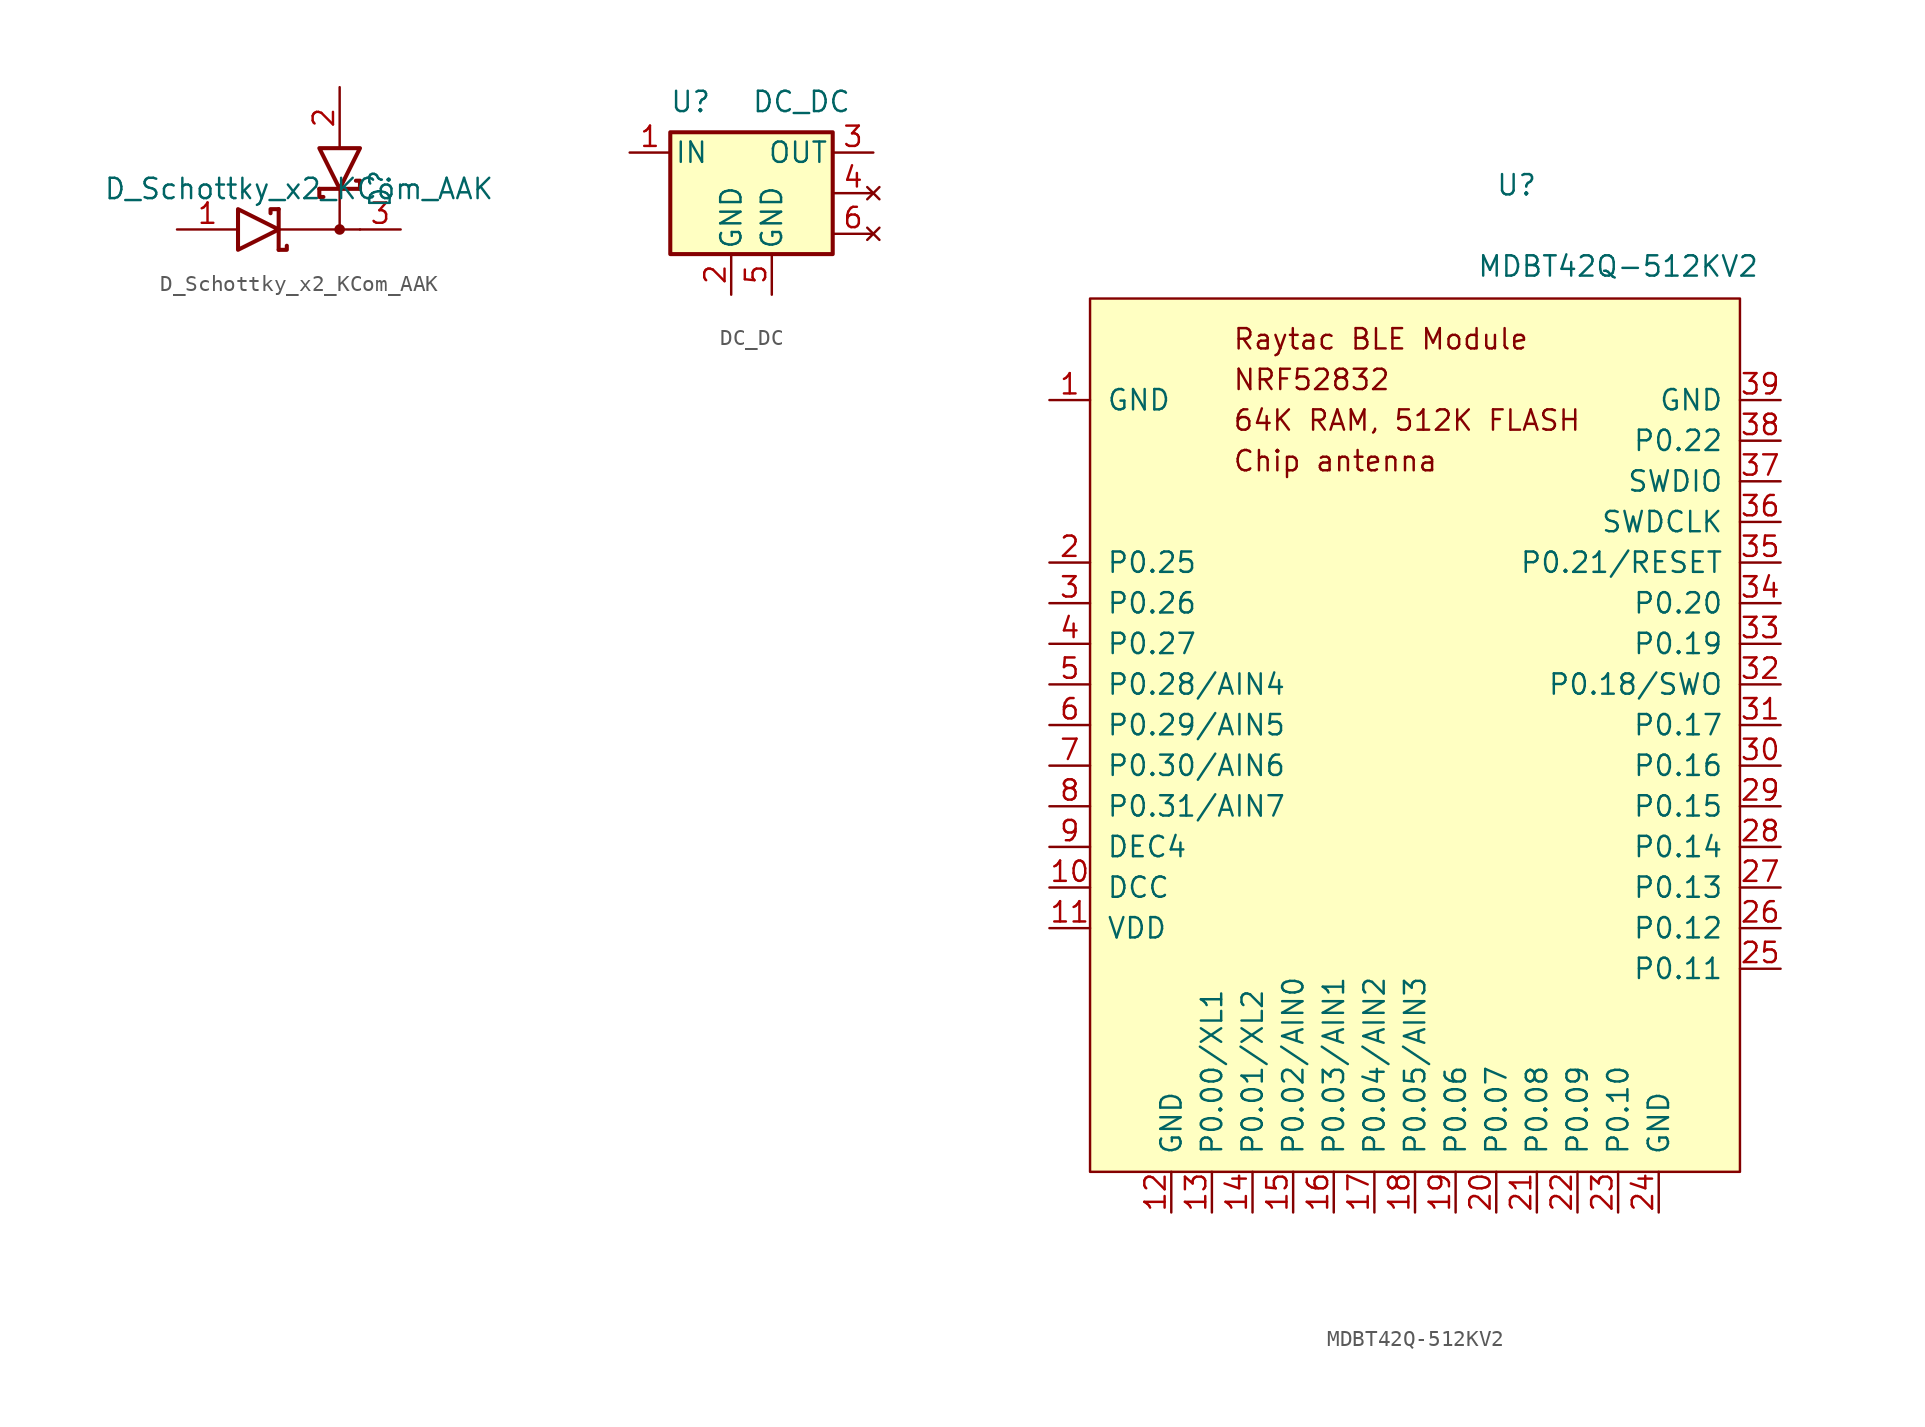
<source format=kicad_sym>
(kicad_symbol_lib
  (version 20211014)
  (generator kicad_symbol_editor)
  (symbol "D_Schottky_x2_KCom_AAK"
    (pin_names
      (offset 0.762) hide)
    (property "Reference" "D"
      (at 5.08 2.54 90)
      (effects (font (size 1.27 1.27))))
    (property "Value" "D_Schottky_x2_KCom_AAK"
      (at 0 2.54 0)
      (effects (font (size 1.27 1.27))))
    (symbol "D_Schottky_x2_KCom_AAK_0_1"
      (polyline (pts (xy 2.54 2.54) (xy 2.54 0)) (stroke (width 0) (type default) (color 0 0 0 0)) (fill (type none)))
      (polyline (pts (xy 3.81 0) (xy -1.27 0)) (stroke (width 0) (type default) (color 0 0 0 0)) (fill (type none)))
      (polyline (pts (xy -1.27 -1.27) (xy -1.27 1.27) (xy -1.27 1.27)) (stroke (width 0.254) (type default) (color 0 0 0 0)) (fill (type none)))
      (polyline (pts (xy 3.81 2.54) (xy 1.27 2.54) (xy 1.27 2.54)) (stroke (width 0.254) (type default) (color 0 0 0 0)) (fill (type none)))
      (polyline (pts (xy -1.27 -1.27) (xy -0.762 -1.27) (xy -0.762 -1.016) (xy -0.762 -1.016)) (stroke (width 0.254) (type default) (color 0 0 0 0)) (fill (type none)))
      (polyline (pts (xy 1.27 2.54) (xy 1.27 2.032) (xy 1.524 2.032) (xy 1.524 2.032)) (stroke (width 0.254) (type default) (color 0 0 0 0)) (fill (type none)))
      (polyline (pts (xy 3.81 2.54) (xy 3.81 3.048) (xy 3.556 3.048) (xy 3.556 3.048)) (stroke (width 0.254) (type default) (color 0 0 0 0)) (fill (type none)))
      (polyline (pts (xy -1.778 1.016) (xy -1.778 1.27) (xy -1.27 1.27) (xy -1.27 1.27) (xy -1.27 1.27)) (stroke (width 0.254) (type default) (color 0 0 0 0)) (fill (type none)))
      (polyline (pts (xy -3.81 1.27) (xy -1.27 0) (xy -3.81 -1.27) (xy -3.81 1.27) (xy -3.81 1.27) (xy -3.81 1.27)) (stroke (width 0.254) (type default) (color 0 0 0 0)) (fill (type none)))
      (polyline (pts (xy 3.81 5.08) (xy 2.54 2.54) (xy 1.27 5.08) (xy 3.81 5.08) (xy 3.81 5.08) (xy 3.81 5.08)) (stroke (width 0.254) (type default) (color 0 0 0 0)) (fill (type none)))
      (circle (center 2.54 0) (radius 0.254) (stroke (width 0) (type default) (color 0 0 0 0)) (fill (type outline)))
      (pin passive line (at -7.62 0 0) (length 3.81) (name "A" (effects (font (size 1.27 1.27)))) (number "1" (effects (font (size 1.27 1.27)))))
      (pin passive line (at 2.54 8.89 270) (length 3.81) (name "A" (effects (font (size 1.27 1.27)))) (number "2" (effects (font (size 1.27 1.27)))))
      (pin passive line (at 6.35 0 180) (length 2.54) (name "K" (effects (font (size 1.27 1.27)))) (number "3" (effects (font (size 1.27 1.27)))))))
  (symbol "DC_DC"
    (pin_names
      (offset 0.254))
    (property "Reference" "U"
      (at -3.81 3.175 0)
      (effects (font (size 1.27 1.27))))
    (property "Value" "DC_DC"
      (at 0 3.175 0)
      (effects (font (size 1.27 1.27)) (justify left)))
    (symbol "DC_DC_0_1"
      (rectangle (start -5.08 1.27) (end 5.08 -6.35) (stroke (width 0.254) (type default) (color 0 0 0 0)) (fill (type background))))
    (symbol "DC_DC_1_1"
      (pin power_in line (at -7.62 0 0) (length 2.54) (name "IN" (effects (font (size 1.27 1.27)))) (number "1" (effects (font (size 1.27 1.27)))))
      (pin input line (at -1.27 -8.89 90) (length 2.54) (name "GND" (effects (font (size 1.27 1.27)))) (number "2" (effects (font (size 1.27 1.27)))))
      (pin power_out line (at 7.62 0 180) (length 2.54) (name "OUT" (effects (font (size 1.27 1.27)))) (number "3" (effects (font (size 1.27 1.27)))))
      (pin no_connect line (at 7.62 -2.54 180) (length 2.54) (name "" (effects (font (size 1.27 1.27)))) (number "4" (effects (font (size 1.27 1.27)))))
      (pin power_in line (at 1.27 -8.89 90) (length 2.54) (name "GND" (effects (font (size 1.27 1.27)))) (number "5" (effects (font (size 1.27 1.27)))))
      (pin no_connect line (at 7.62 -5.08 180) (length 2.54) (name "" (effects (font (size 1.27 1.27)))) (number "6" (effects (font (size 1.27 1.27)))))))
  (symbol "MDBT42Q-512KV2"
    (pin_names
      (offset 1.016))
    (property "Reference" "U"
      (at 6.35 22.86 0)
      (effects (font (size 1.27 1.27)) (justify bottom)))
    (property "Value" "MDBT42Q-512KV2"
      (at 12.7 17.78 0)
      (effects (font (size 1.27 1.27)) (justify bottom)))
    (symbol "MDBT42Q-512KV2_0_0"
      (text "64K RAM, 512K FLASH" (at -11.43 8.89 0) (effects (font (size 1.27 1.27)) (justify left)))
      (text "Chip antenna" (at -11.43 6.35 0) (effects (font (size 1.27 1.27)) (justify left)))
      (text "NRF52832" (at -11.43 11.43 0) (effects (font (size 1.27 1.27)) (justify left))))
    (symbol "MDBT42Q-512KV2_1_0"
      (rectangle (start -20.32 16.51) (end 20.32 -38.1) (stroke (width 0) (type default) (color 0 0 0 0)) (fill (type background)))
      (text "Raytac BLE Module" (at -11.43 13.97 0) (effects (font (size 1.27 1.27)) (justify left)))
      (pin power_in line (at -22.86 10.16 0) (length 2.54) (name "GND" (effects (font (size 1.27 1.27)))) (number "1" (effects (font (size 1.27 1.27)))))
      (pin power_out line (at -22.86 -20.32 0) (length 2.54) (name "DCC" (effects (font (size 1.27 1.27)))) (number "10" (effects (font (size 1.27 1.27)))))
      (pin power_in line (at -22.86 -22.86 0) (length 2.54) (name "VDD" (effects (font (size 1.27 1.27)))) (number "11" (effects (font (size 1.27 1.27)))))
      (pin power_in line (at -15.24 -40.64 90) (length 2.54) (name "GND" (effects (font (size 1.27 1.27)))) (number "12" (effects (font (size 1.27 1.27)))))
      (pin bidirectional line (at -12.7 -40.64 90) (length 2.54) (name "P0.00/XL1" (effects (font (size 1.27 1.27)))) (number "13" (effects (font (size 1.27 1.27)))))
      (pin bidirectional line (at -10.16 -40.64 90) (length 2.54) (name "P0.01/XL2" (effects (font (size 1.27 1.27)))) (number "14" (effects (font (size 1.27 1.27)))))
      (pin input line (at -7.62 -40.64 90) (length 2.54) (name "P0.02/AIN0" (effects (font (size 1.27 1.27)))) (number "15" (effects (font (size 1.27 1.27)))))
      (pin input line (at -5.08 -40.64 90) (length 2.54) (name "P0.03/AIN1" (effects (font (size 1.27 1.27)))) (number "16" (effects (font (size 1.27 1.27)))))
      (pin bidirectional line (at -2.54 -40.64 90) (length 2.54) (name "P0.04/AIN2" (effects (font (size 1.27 1.27)))) (number "17" (effects (font (size 1.27 1.27)))))
      (pin bidirectional line (at 0 -40.64 90) (length 2.54) (name "P0.05/AIN3" (effects (font (size 1.27 1.27)))) (number "18" (effects (font (size 1.27 1.27)))))
      (pin bidirectional line (at 2.54 -40.64 90) (length 2.54) (name "P0.06" (effects (font (size 1.27 1.27)))) (number "19" (effects (font (size 1.27 1.27)))))
      (pin bidirectional line (at -22.86 0 0) (length 2.54) (name "P0.25" (effects (font (size 1.27 1.27)))) (number "2" (effects (font (size 1.27 1.27)))))
      (pin bidirectional line (at 5.08 -40.64 90) (length 2.54) (name "P0.07" (effects (font (size 1.27 1.27)))) (number "20" (effects (font (size 1.27 1.27)))))
      (pin bidirectional line (at 7.62 -40.64 90) (length 2.54) (name "P0.08" (effects (font (size 1.27 1.27)))) (number "21" (effects (font (size 1.27 1.27)))))
      (pin bidirectional line (at 10.16 -40.64 90) (length 2.54) (name "P0.09" (effects (font (size 1.27 1.27)))) (number "22" (effects (font (size 1.27 1.27)))))
      (pin bidirectional line (at 12.7 -40.64 90) (length 2.54) (name "P0.10" (effects (font (size 1.27 1.27)))) (number "23" (effects (font (size 1.27 1.27)))))
      (pin power_in line (at 15.24 -40.64 90) (length 2.54) (name "GND" (effects (font (size 1.27 1.27)))) (number "24" (effects (font (size 1.27 1.27)))))
      (pin bidirectional line (at 22.86 -25.4 180) (length 2.54) (name "P0.11" (effects (font (size 1.27 1.27)))) (number "25" (effects (font (size 1.27 1.27)))))
      (pin bidirectional line (at 22.86 -22.86 180) (length 2.54) (name "P0.12" (effects (font (size 1.27 1.27)))) (number "26" (effects (font (size 1.27 1.27)))))
      (pin bidirectional line (at 22.86 -20.32 180) (length 2.54) (name "P0.13" (effects (font (size 1.27 1.27)))) (number "27" (effects (font (size 1.27 1.27)))))
      (pin bidirectional line (at 22.86 -17.78 180) (length 2.54) (name "P0.14" (effects (font (size 1.27 1.27)))) (number "28" (effects (font (size 1.27 1.27)))))
      (pin bidirectional line (at 22.86 -15.24 180) (length 2.54) (name "P0.15" (effects (font (size 1.27 1.27)))) (number "29" (effects (font (size 1.27 1.27)))))
      (pin bidirectional line (at -22.86 -2.54 0) (length 2.54) (name "P0.26" (effects (font (size 1.27 1.27)))) (number "3" (effects (font (size 1.27 1.27)))))
      (pin bidirectional line (at 22.86 -12.7 180) (length 2.54) (name "P0.16" (effects (font (size 1.27 1.27)))) (number "30" (effects (font (size 1.27 1.27)))))
      (pin bidirectional line (at 22.86 -10.16 180) (length 2.54) (name "P0.17" (effects (font (size 1.27 1.27)))) (number "31" (effects (font (size 1.27 1.27)))))
      (pin bidirectional line (at 22.86 -7.62 180) (length 2.54) (name "P0.18/SWO" (effects (font (size 1.27 1.27)))) (number "32" (effects (font (size 1.27 1.27)))))
      (pin bidirectional line (at 22.86 -5.08 180) (length 2.54) (name "P0.19" (effects (font (size 1.27 1.27)))) (number "33" (effects (font (size 1.27 1.27)))))
      (pin bidirectional line (at 22.86 -2.54 180) (length 2.54) (name "P0.20" (effects (font (size 1.27 1.27)))) (number "34" (effects (font (size 1.27 1.27)))))
      (pin bidirectional line (at 22.86 0 180) (length 2.54) (name "P0.21/RESET" (effects (font (size 1.27 1.27)))) (number "35" (effects (font (size 1.27 1.27)))))
      (pin input line (at 22.86 2.54 180) (length 2.54) (name "SWDCLK" (effects (font (size 1.27 1.27)))) (number "36" (effects (font (size 1.27 1.27)))))
      (pin bidirectional line (at 22.86 5.08 180) (length 2.54) (name "SWDIO" (effects (font (size 1.27 1.27)))) (number "37" (effects (font (size 1.27 1.27)))))
      (pin bidirectional line (at 22.86 7.62 180) (length 2.54) (name "P0.22" (effects (font (size 1.27 1.27)))) (number "38" (effects (font (size 1.27 1.27)))))
      (pin power_in line (at 22.86 10.16 180) (length 2.54) (name "GND" (effects (font (size 1.27 1.27)))) (number "39" (effects (font (size 1.27 1.27)))))
      (pin bidirectional line (at -22.86 -5.08 0) (length 2.54) (name "P0.27" (effects (font (size 1.27 1.27)))) (number "4" (effects (font (size 1.27 1.27)))))
      (pin bidirectional line (at -22.86 -7.62 0) (length 2.54) (name "P0.28/AIN4" (effects (font (size 1.27 1.27)))) (number "5" (effects (font (size 1.27 1.27)))))
      (pin bidirectional line (at -22.86 -10.16 0) (length 2.54) (name "P0.29/AIN5" (effects (font (size 1.27 1.27)))) (number "6" (effects (font (size 1.27 1.27)))))
      (pin bidirectional line (at -22.86 -12.7 0) (length 2.54) (name "P0.30/AIN6" (effects (font (size 1.27 1.27)))) (number "7" (effects (font (size 1.27 1.27)))))
      (pin bidirectional line (at -22.86 -15.24 0) (length 2.54) (name "P0.31/AIN7" (effects (font (size 1.27 1.27)))) (number "8" (effects (font (size 1.27 1.27)))))
      (pin passive line (at -22.86 -17.78 0) (length 2.54) (name "DEC4" (effects (font (size 1.27 1.27)))) (number "9" (effects (font (size 1.27 1.27))))))))
</source>
